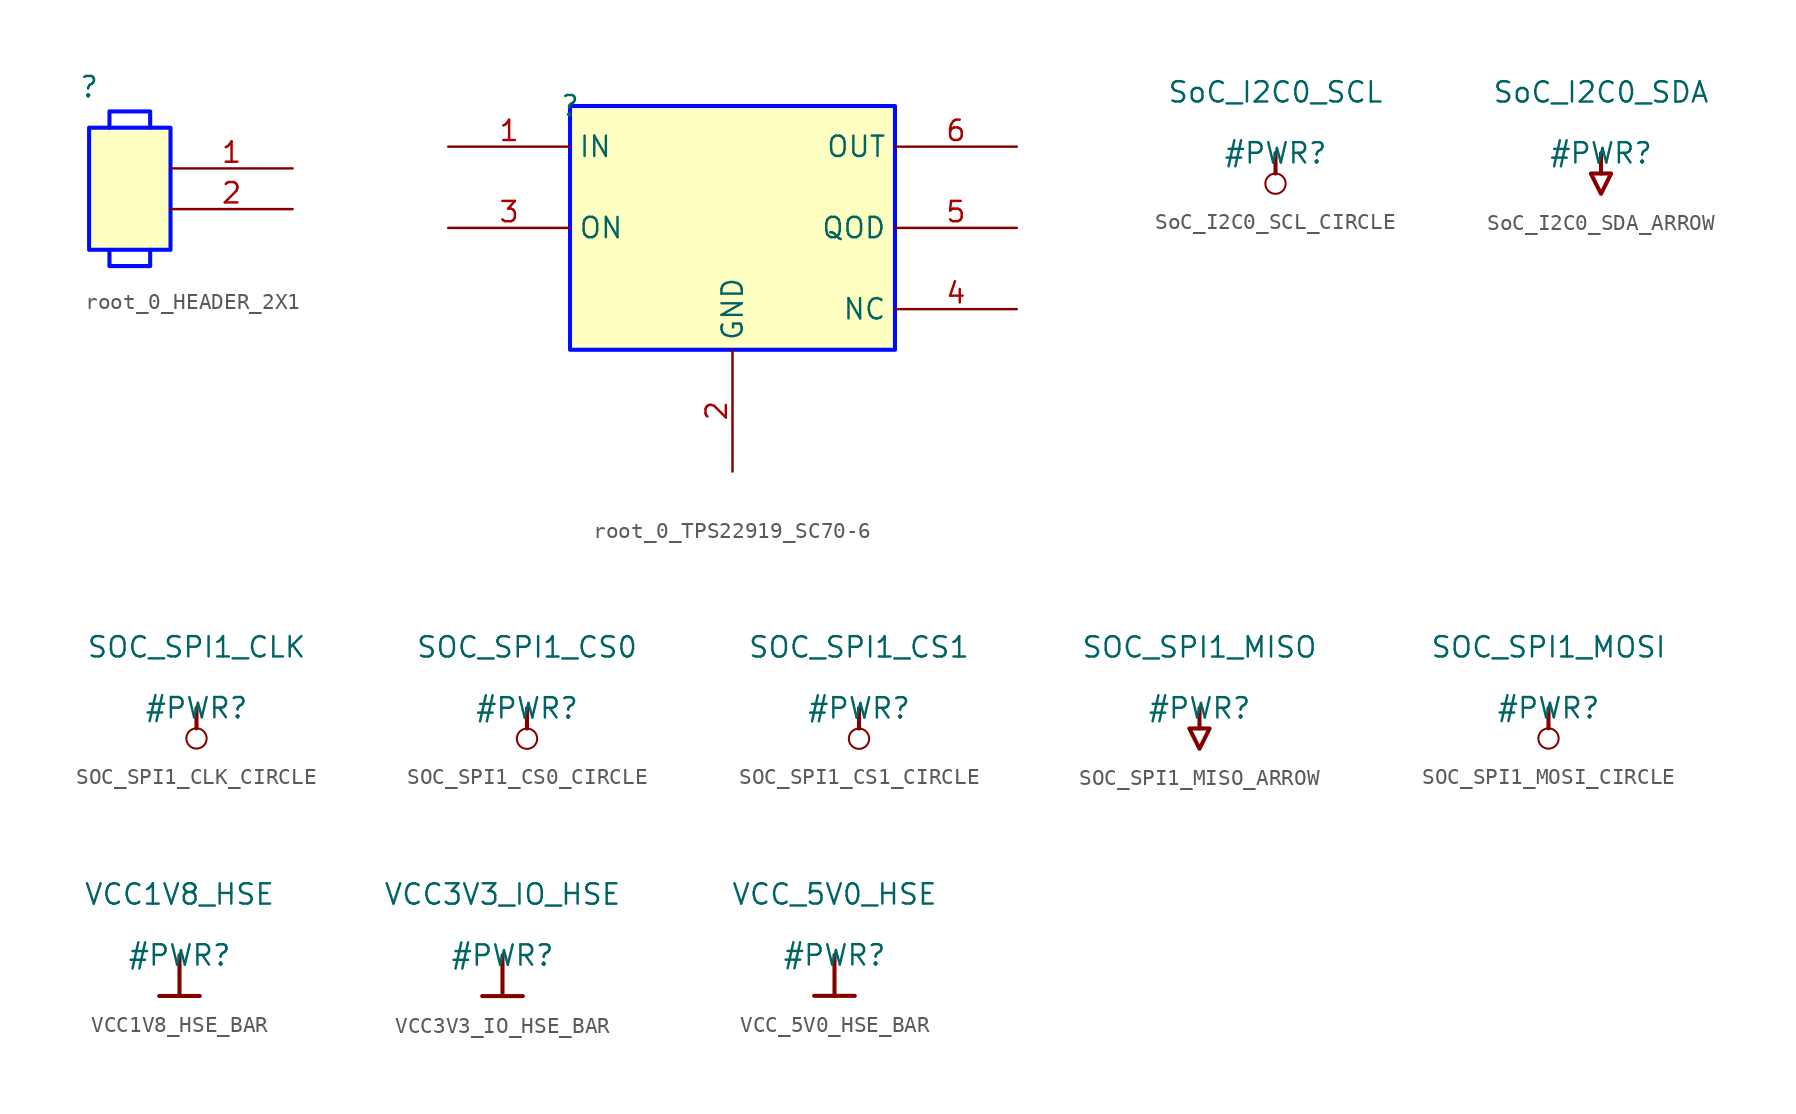
<source format=kicad_sym>
(kicad_symbol_lib
  (version 20231120)
  (generator "kicad_symbol_editor")
  (generator_version "8.0")
  (symbol "root_0_HEADER_2X1"
    (property "Reference" ""
      (at 0 0 0)
      (effects (font (size 1.27 1.27))))
    (property "Value" ""
      (at 0 0 0)
      (effects (font (size 1.27 1.27))))
    (symbol "root_0_HEADER_2X1_1_0"
      (polyline (pts (xy 1.27 -10.16) (xy 1.27 -10.414) (xy 1.27 -11.176) (xy 3.81 -11.176) (xy 3.81 -10.16)) (stroke (width 0.254) (type solid) (color 0 11 255 1)) (fill (type none)))
      (polyline (pts (xy 3.81 -2.54) (xy 3.81 -2.286) (xy 3.81 -1.524) (xy 1.27 -1.524) (xy 1.27 -2.54)) (stroke (width 0.254) (type solid) (color 0 11 255 1)) (fill (type none)))
      (rectangle (start 5.08 -2.54) (end 0 -10.16) (stroke (width 0.254) (type solid) (color 0 11 255 1)) (fill (type background)))
      (pin passive line (at 12.7 -5.08 180) (length 7.62) (name "1" (effects (font (size 0 0)))) (number "1" (effects (font (size 1.27 1.27)))))
      (pin passive line (at 12.7 -7.62 180) (length 7.62) (name "2" (effects (font (size 0 0)))) (number "2" (effects (font (size 1.27 1.27)))))))
  (symbol "root_0_TPS22919_SC70-6"
    (property "Reference" ""
      (at 0 0 0)
      (effects (font (size 1.27 1.27))))
    (property "Value" ""
      (at 0 0 0)
      (effects (font (size 1.27 1.27))))
    (symbol "root_0_TPS22919_SC70-6_1_0"
      (rectangle (start 20.32 0) (end 0 -15.24) (stroke (width 0.254) (type solid) (color 0 11 255 1)) (fill (type background)))
      (pin input line (at -7.62 -2.54 0) (length 7.62) (name "IN" (effects (font (size 1.27 1.27)))) (number "1" (effects (font (size 1.27 1.27)))))
      (pin power_in line (at 10.16 -22.86 90) (length 7.62) (name "GND" (effects (font (size 1.27 1.27)))) (number "2" (effects (font (size 1.27 1.27)))))
      (pin passive line (at -7.62 -7.62 0) (length 7.62) (name "ON" (effects (font (size 1.27 1.27)))) (number "3" (effects (font (size 1.27 1.27)))))
      (pin passive line (at 27.94 -12.7 180) (length 7.62) (name "NC" (effects (font (size 1.27 1.27)))) (number "4" (effects (font (size 1.27 1.27)))))
      (pin passive line (at 27.94 -7.62 180) (length 7.62) (name "QOD" (effects (font (size 1.27 1.27)))) (number "5" (effects (font (size 1.27 1.27)))))
      (pin output line (at 27.94 -2.54 180) (length 7.62) (name "OUT" (effects (font (size 1.27 1.27)))) (number "6" (effects (font (size 1.27 1.27)))))))
  (symbol "SoC_I2C0_SCL_CIRCLE"
    (power)
    (property "Reference" "#PWR"
      (at 0 0 0)
      (effects (font (size 1.27 1.27))))
    (property "Value" "SoC_I2C0_SCL"
      (at 0 3.81 0)
      (effects (font (size 1.27 1.27))))
    (symbol "SoC_I2C0_SCL_CIRCLE_0_0"
      (circle (center 0 -1.905) (radius 0.635) (stroke (width 0.127) (type solid)) (fill (type none)))
      (polyline (pts (xy 0 0) (xy 0 -1.27)) (stroke (width 0.254) (type solid)) (fill (type none)))
      (pin power_in line (at 0 0 0) (length 0) hide (name "SoC_I2C0_SCL" (effects (font (size 1.27 1.27)))) (number "" (effects (font (size 1.27 1.27)))))))
  (symbol "SoC_I2C0_SDA_ARROW"
    (power)
    (property "Reference" "#PWR"
      (at 0 0 0)
      (effects (font (size 1.27 1.27))))
    (property "Value" "SoC_I2C0_SDA"
      (at 0 3.81 0)
      (effects (font (size 1.27 1.27))))
    (symbol "SoC_I2C0_SDA_ARROW_0_0"
      (polyline (pts (xy 0 0) (xy 0 -1.27)) (stroke (width 0.254) (type solid)) (fill (type none)))
      (polyline (pts (xy -0.635 -1.27) (xy 0.635 -1.27) (xy 0 -2.54) (xy -0.635 -1.27)) (stroke (width 0.254) (type solid)) (fill (type none)))
      (pin power_in line (at 0 0 0) (length 0) hide (name "SoC_I2C0_SDA" (effects (font (size 1.27 1.27)))) (number "" (effects (font (size 1.27 1.27)))))))
  (symbol "SOC_SPI1_CLK_CIRCLE"
    (power)
    (property "Reference" "#PWR"
      (at 0 0 0)
      (effects (font (size 1.27 1.27))))
    (property "Value" "SOC_SPI1_CLK"
      (at 0 3.81 0)
      (effects (font (size 1.27 1.27))))
    (symbol "SOC_SPI1_CLK_CIRCLE_0_0"
      (circle (center 0 -1.905) (radius 0.635) (stroke (width 0.127) (type solid)) (fill (type none)))
      (polyline (pts (xy 0 0) (xy 0 -1.27)) (stroke (width 0.254) (type solid)) (fill (type none)))
      (pin power_in line (at 0 0 0) (length 0) hide (name "SOC_SPI1_CLK" (effects (font (size 1.27 1.27)))) (number "" (effects (font (size 1.27 1.27)))))))
  (symbol "SOC_SPI1_CS0_CIRCLE"
    (power)
    (property "Reference" "#PWR"
      (at 0 0 0)
      (effects (font (size 1.27 1.27))))
    (property "Value" "SOC_SPI1_CS0"
      (at 0 3.81 0)
      (effects (font (size 1.27 1.27))))
    (symbol "SOC_SPI1_CS0_CIRCLE_0_0"
      (circle (center 0 -1.905) (radius 0.635) (stroke (width 0.127) (type solid)) (fill (type none)))
      (polyline (pts (xy 0 0) (xy 0 -1.27)) (stroke (width 0.254) (type solid)) (fill (type none)))
      (pin power_in line (at 0 0 0) (length 0) hide (name "SOC_SPI1_CS0" (effects (font (size 1.27 1.27)))) (number "" (effects (font (size 1.27 1.27)))))))
  (symbol "SOC_SPI1_CS1_CIRCLE"
    (power)
    (property "Reference" "#PWR"
      (at 0 0 0)
      (effects (font (size 1.27 1.27))))
    (property "Value" "SOC_SPI1_CS1"
      (at 0 3.81 0)
      (effects (font (size 1.27 1.27))))
    (symbol "SOC_SPI1_CS1_CIRCLE_0_0"
      (circle (center 0 -1.905) (radius 0.635) (stroke (width 0.127) (type solid)) (fill (type none)))
      (polyline (pts (xy 0 0) (xy 0 -1.27)) (stroke (width 0.254) (type solid)) (fill (type none)))
      (pin power_in line (at 0 0 0) (length 0) hide (name "SOC_SPI1_CS1" (effects (font (size 1.27 1.27)))) (number "" (effects (font (size 1.27 1.27)))))))
  (symbol "SOC_SPI1_MISO_ARROW"
    (power)
    (property "Reference" "#PWR"
      (at 0 0 0)
      (effects (font (size 1.27 1.27))))
    (property "Value" "SOC_SPI1_MISO"
      (at 0 3.81 0)
      (effects (font (size 1.27 1.27))))
    (symbol "SOC_SPI1_MISO_ARROW_0_0"
      (polyline (pts (xy 0 0) (xy 0 -1.27)) (stroke (width 0.254) (type solid)) (fill (type none)))
      (polyline (pts (xy -0.635 -1.27) (xy 0.635 -1.27) (xy 0 -2.54) (xy -0.635 -1.27)) (stroke (width 0.254) (type solid)) (fill (type none)))
      (pin power_in line (at 0 0 0) (length 0) hide (name "SOC_SPI1_MISO" (effects (font (size 1.27 1.27)))) (number "" (effects (font (size 1.27 1.27)))))))
  (symbol "SOC_SPI1_MOSI_CIRCLE"
    (power)
    (property "Reference" "#PWR"
      (at 0 0 0)
      (effects (font (size 1.27 1.27))))
    (property "Value" "SOC_SPI1_MOSI"
      (at 0 3.81 0)
      (effects (font (size 1.27 1.27))))
    (symbol "SOC_SPI1_MOSI_CIRCLE_0_0"
      (circle (center 0 -1.905) (radius 0.635) (stroke (width 0.127) (type solid)) (fill (type none)))
      (polyline (pts (xy 0 0) (xy 0 -1.27)) (stroke (width 0.254) (type solid)) (fill (type none)))
      (pin power_in line (at 0 0 0) (length 0) hide (name "SOC_SPI1_MOSI" (effects (font (size 1.27 1.27)))) (number "" (effects (font (size 1.27 1.27)))))))
  (symbol "VCC1V8_HSE_BAR"
    (power)
    (property "Reference" "#PWR"
      (at 0 0 0)
      (effects (font (size 1.27 1.27))))
    (property "Value" "VCC1V8_HSE"
      (at 0 3.81 0)
      (effects (font (size 1.27 1.27))))
    (symbol "VCC1V8_HSE_BAR_0_0"
      (polyline (pts (xy -1.27 -2.54) (xy 1.27 -2.54)) (stroke (width 0.254) (type solid)) (fill (type none)))
      (polyline (pts (xy 0 0) (xy 0 -2.54)) (stroke (width 0.254) (type solid)) (fill (type none)))
      (pin power_in line (at 0 0 0) (length 0) hide (name "VCC1V8_HSE" (effects (font (size 1.27 1.27)))) (number "" (effects (font (size 1.27 1.27)))))))
  (symbol "VCC3V3_IO_HSE_BAR"
    (power)
    (property "Reference" "#PWR"
      (at 0 0 0)
      (effects (font (size 1.27 1.27))))
    (property "Value" "VCC3V3_IO_HSE"
      (at 0 3.81 0)
      (effects (font (size 1.27 1.27))))
    (symbol "VCC3V3_IO_HSE_BAR_0_0"
      (polyline (pts (xy -1.27 -2.54) (xy 1.27 -2.54)) (stroke (width 0.254) (type solid)) (fill (type none)))
      (polyline (pts (xy 0 0) (xy 0 -2.54)) (stroke (width 0.254) (type solid)) (fill (type none)))
      (pin power_in line (at 0 0 0) (length 0) hide (name "VCC3V3_IO_HSE" (effects (font (size 1.27 1.27)))) (number "" (effects (font (size 1.27 1.27)))))))
  (symbol "VCC_5V0_HSE_BAR"
    (power)
    (property "Reference" "#PWR"
      (at 0 0 0)
      (effects (font (size 1.27 1.27))))
    (property "Value" "VCC_5V0_HSE"
      (at 0 3.81 0)
      (effects (font (size 1.27 1.27))))
    (symbol "VCC_5V0_HSE_BAR_0_0"
      (polyline (pts (xy -1.27 -2.54) (xy 1.27 -2.54)) (stroke (width 0.254) (type solid)) (fill (type none)))
      (polyline (pts (xy 0 0) (xy 0 -2.54)) (stroke (width 0.254) (type solid)) (fill (type none)))
      (pin power_in line (at 0 0 0) (length 0) hide (name "VCC_5V0_HSE" (effects (font (size 1.27 1.27)))) (number "" (effects (font (size 1.27 1.27))))))))
</source>
